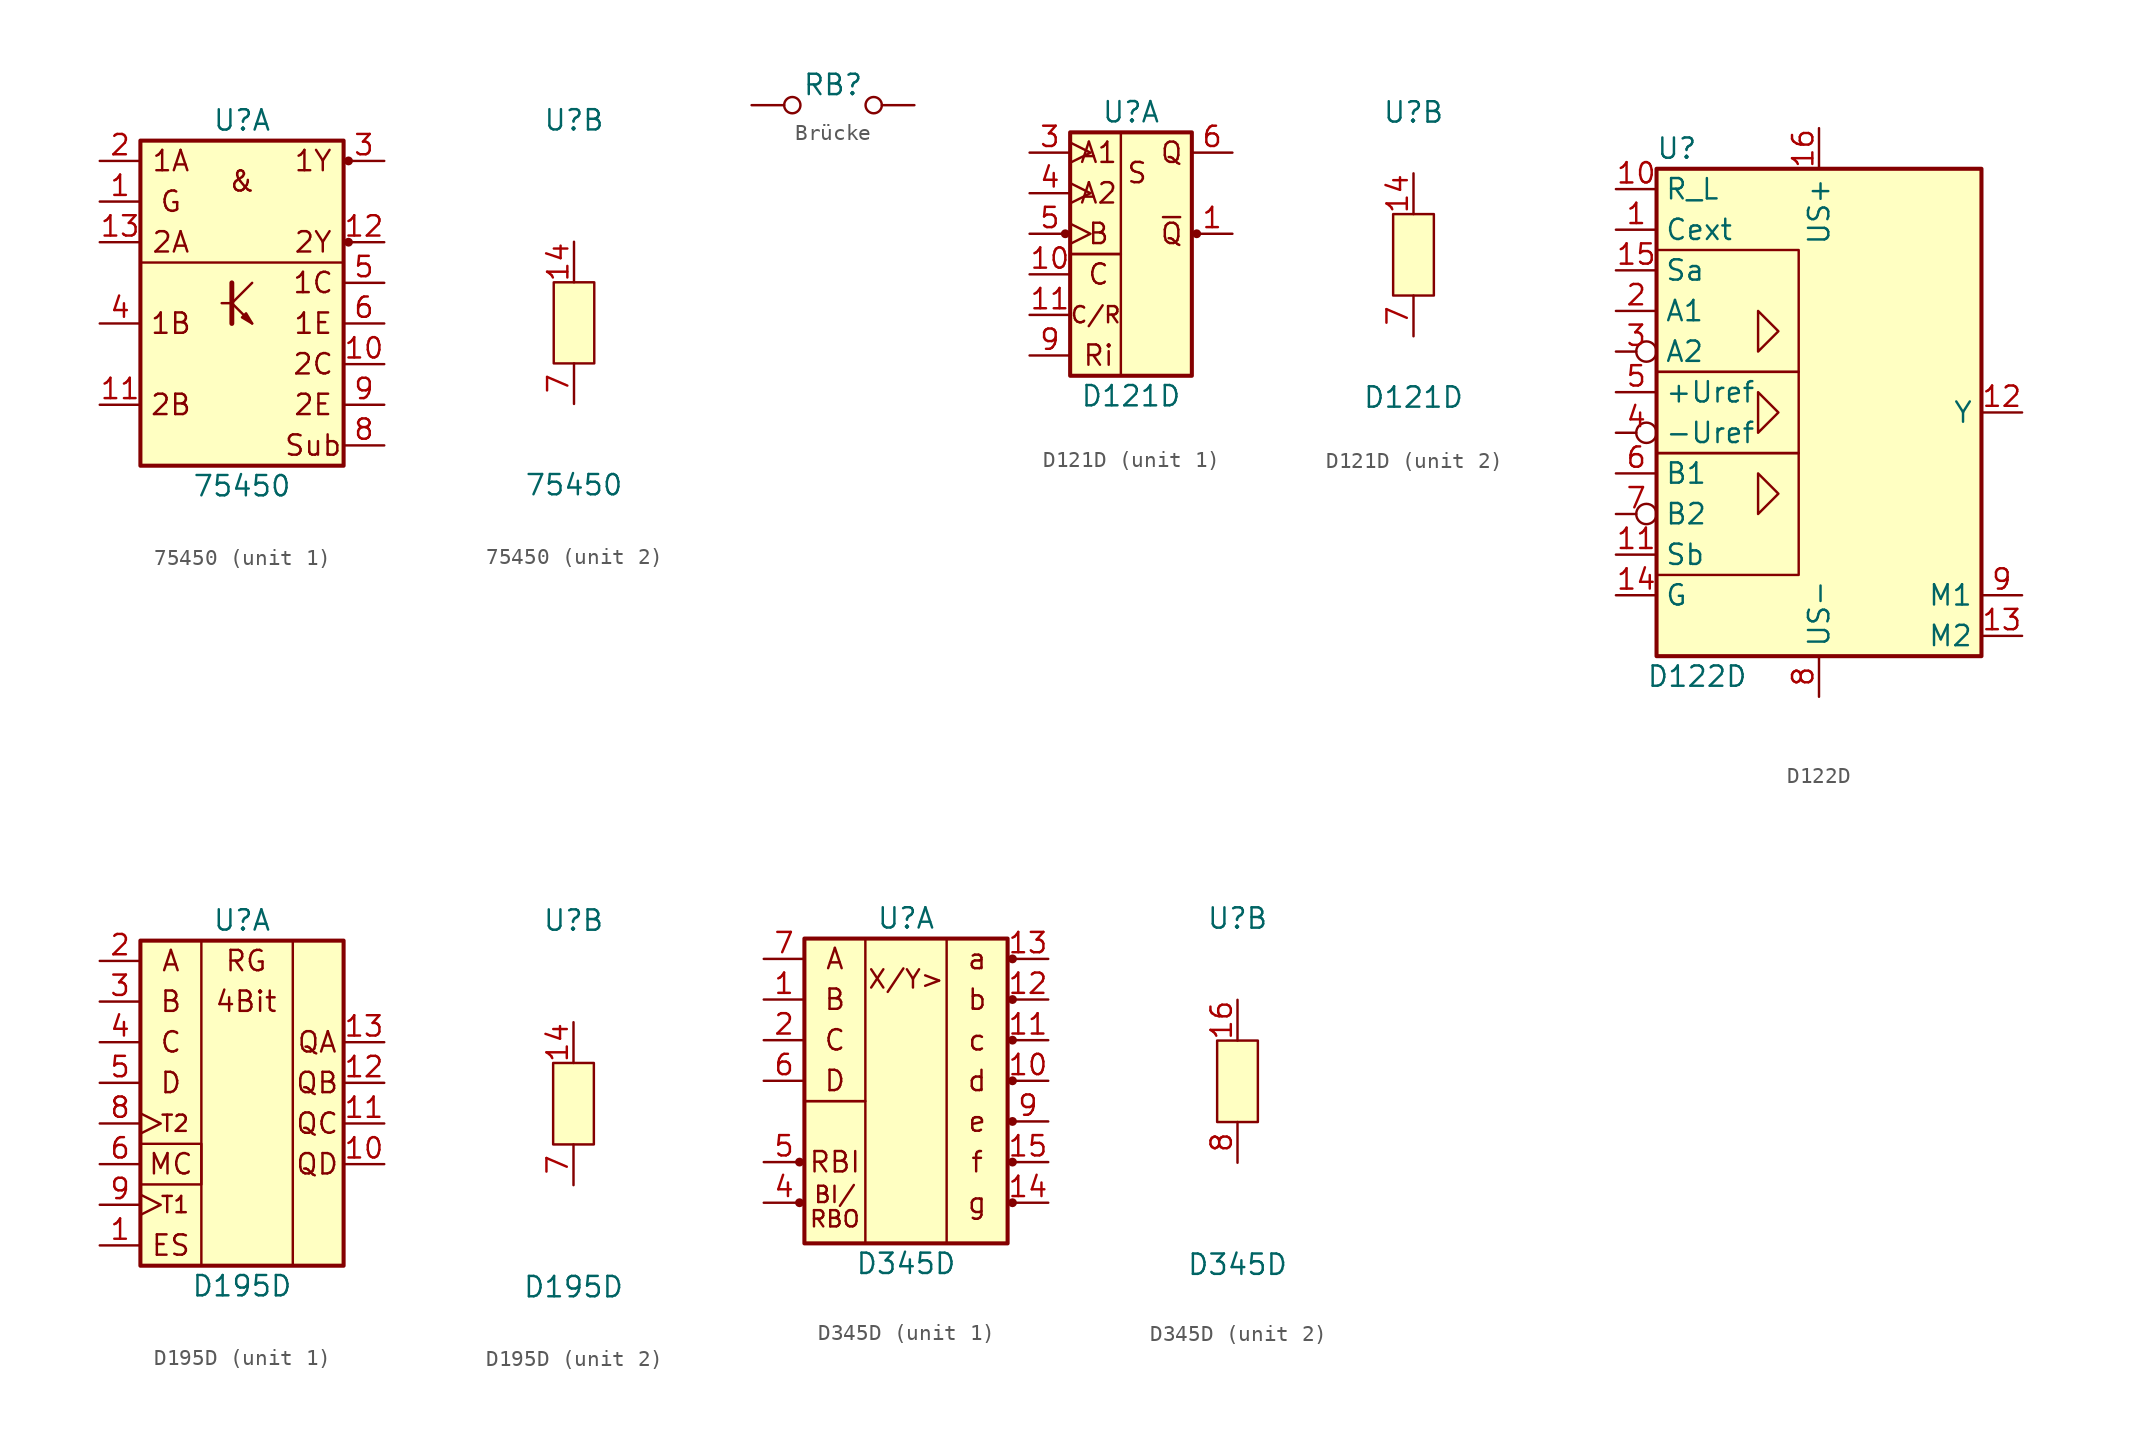
<source format=kicad_sym>
(kicad_symbol_lib
  (version 20211014)
  (generator kicad_symbol_editor)
  (symbol "75450"
    (pin_names
      (offset 1.016) hide)
    (property "Reference" "U"
      (at 0 12.7 0)
      (effects (font (size 1.27 1.27))))
    (property "Value" "75450"
      (at 0 -10.16 0)
      (effects (font (size 1.27 1.27))))
    (property "ki_locked" ""
      (at 0 0 0)
      (effects (font (size 1.27 1.27))))
    (symbol "75450_1_1"
      (rectangle (start -6.35 11.43) (end 6.35 -8.89) (stroke (width 0.254) (type default) (color 0 0 0 0)) (fill (type background)))
      (rectangle (start -6.35 11.43) (end 6.35 3.81) (stroke (width 0) (type default) (color 0 0 0 0)) (fill (type none)))
      (polyline (pts (xy -1.27 1.27) (xy -0.635 1.27)) (stroke (width 0) (type default) (color 0 0 0 0)) (fill (type none)))
      (polyline (pts (xy -0.635 1.27) (xy 0.635 2.54)) (stroke (width 0) (type default) (color 0 0 0 0)) (fill (type none)))
      (polyline (pts (xy -0.635 1.27) (xy 0.635 0) (xy 0.635 0)) (stroke (width 0) (type default) (color 0 0 0 0)) (fill (type none)))
      (polyline (pts (xy -0.635 2.54) (xy -0.635 0) (xy -0.635 0)) (stroke (width 0.305) (type default) (color 0 0 0 0)) (fill (type none)))
      (polyline (pts (xy 0 0.381) (xy 0.254 0.635) (xy 0.635 0) (xy 0 0.381) (xy 0 0.381)) (stroke (width 0) (type default) (color 0 0 0 0)) (fill (type outline)))
      (circle (center 6.655 5.08) (radius 0.203) (stroke (width 0) (type default) (color 0 0 0 0)) (fill (type outline)))
      (circle (center 6.655 10.16) (radius 0.203) (stroke (width 0) (type default) (color 0 0 0 0)) (fill (type outline)))
      (text "&" (at 0 8.89 0) (effects (font (size 1.27 1.27))))
      (text "1A" (at -4.445 10.16 0) (effects (font (size 1.27 1.27))))
      (text "1B" (at -4.445 0 0) (effects (font (size 1.27 1.27))))
      (text "1C" (at 4.445 2.54 0) (effects (font (size 1.27 1.27))))
      (text "1E" (at 4.445 0 0) (effects (font (size 1.27 1.27))))
      (text "1Y" (at 4.445 10.16 0) (effects (font (size 1.27 1.27))))
      (text "2A" (at -4.445 5.08 0) (effects (font (size 1.27 1.27))))
      (text "2B" (at -4.445 -5.08 0) (effects (font (size 1.27 1.27))))
      (text "2C" (at 4.445 -2.54 0) (effects (font (size 1.27 1.27))))
      (text "2E" (at 4.445 -5.08 0) (effects (font (size 1.27 1.27))))
      (text "2Y" (at 4.445 5.08 0) (effects (font (size 1.27 1.27))))
      (text "G" (at -4.445 7.62 0) (effects (font (size 1.27 1.27))))
      (text "Sub" (at 4.445 -7.62 0) (effects (font (size 1.27 1.27))))
      (pin input line (at -8.89 7.62 0) (length 2.54) (name "G" (effects (font (size 1.27 1.27)))) (number "1" (effects (font (size 1.27 1.27)))))
      (pin open_collector line (at 8.89 -2.54 180) (length 2.54) (name "2C" (effects (font (size 1.27 1.27)))) (number "10" (effects (font (size 1.27 1.27)))))
      (pin passive line (at -8.89 -5.08 0) (length 2.54) (name "2B" (effects (font (size 1.27 1.27)))) (number "11" (effects (font (size 1.27 1.27)))))
      (pin output line (at 8.89 5.08 180) (length 2.54) (name "2Y" (effects (font (size 1.27 1.27)))) (number "12" (effects (font (size 1.27 1.27)))))
      (pin input line (at -8.89 5.08 0) (length 2.54) (name "2A" (effects (font (size 1.27 1.27)))) (number "13" (effects (font (size 1.27 1.27)))))
      (pin input line (at -8.89 10.16 0) (length 2.54) (name "1A" (effects (font (size 1.27 1.27)))) (number "2" (effects (font (size 1.27 1.27)))))
      (pin output line (at 8.89 10.16 180) (length 2.54) (name "1Y" (effects (font (size 1.27 1.27)))) (number "3" (effects (font (size 1.27 1.27)))))
      (pin passive line (at -8.89 0 0) (length 2.54) (name "1B" (effects (font (size 1.27 1.27)))) (number "4" (effects (font (size 1.27 1.27)))))
      (pin open_collector line (at 8.89 2.54 180) (length 2.54) (name "1C" (effects (font (size 1.27 1.27)))) (number "5" (effects (font (size 1.27 1.27)))))
      (pin open_emitter line (at 8.89 0 180) (length 2.54) (name "1E" (effects (font (size 1.27 1.27)))) (number "6" (effects (font (size 1.27 1.27)))))
      (pin passive line (at 8.89 -7.62 180) (length 2.54) (name "Substrat" (effects (font (size 1.27 1.27)))) (number "8" (effects (font (size 1.27 1.27)))))
      (pin open_emitter line (at 8.89 -5.08 180) (length 2.54) (name "2E" (effects (font (size 1.27 1.27)))) (number "9" (effects (font (size 1.27 1.27))))))
    (symbol "75450_2_1"
      (rectangle (start -1.27 2.54) (end 1.27 -2.54) (stroke (width 0) (type default) (color 0 0 0 0)) (fill (type background)))
      (pin power_in line (at 0 5.08 270) (length 2.54) (name "Vcc" (effects (font (size 1.27 1.27)))) (number "14" (effects (font (size 1.27 1.27)))))
      (pin power_in line (at 0 -5.08 90) (length 2.54) (name "GND" (effects (font (size 1.27 1.27)))) (number "7" (effects (font (size 1.27 1.27)))))))
  (symbol "Brücke"
    (pin_numbers hide)
    (pin_names
      (offset 0.762) hide)
    (property "Reference" "RB"
      (at 0 1.27 0)
      (effects (font (size 1.27 1.27))))
    (symbol "Brücke_0_1"
      (circle (center -2.54 0) (radius 0.508) (stroke (width 0) (type default) (color 0 0 0 0)) (fill (type none)))
      (circle (center 2.54 0) (radius 0.508) (stroke (width 0) (type default) (color 0 0 0 0)) (fill (type none)))
      (pin passive line (at -5.08 0 0) (length 2.032) (name "1" (effects (font (size 1.27 1.27)))) (number "1" (effects (font (size 1.27 1.27)))))
      (pin passive line (at 5.08 0 180) (length 2.032) (name "2" (effects (font (size 1.27 1.27)))) (number "2" (effects (font (size 1.27 1.27)))))))
  (symbol "D121D"
    (pin_names
      (offset 1.016) hide)
    (property "Reference" "U"
      (at 0 8.89 0)
      (effects (font (size 1.27 1.27))))
    (property "Value" "D121D"
      (at 0 -8.89 0)
      (effects (font (size 1.27 1.27))))
    (property "ki_locked" ""
      (at 0 0 0)
      (effects (font (size 1.27 1.27))))
    (symbol "D121D_1_1"
      (circle (center -4.115 1.27) (radius 0.203) (stroke (width 0) (type default) (color 0 0 0 0)) (fill (type outline)))
      (rectangle (start -3.81 0) (end -0.635 -7.62) (stroke (width 0) (type default) (color 0 0 0 0)) (fill (type none)))
      (rectangle (start -3.81 7.62) (end -0.635 0) (stroke (width 0) (type default) (color 0 0 0 0)) (fill (type none)))
      (rectangle (start -3.81 7.62) (end 3.81 -7.62) (stroke (width 0.254) (type default) (color 0 0 0 0)) (fill (type background)))
      (circle (center 4.115 1.27) (radius 0.203) (stroke (width 0) (type default) (color 0 0 0 0)) (fill (type outline)))
      (text "A1" (at -2.032 6.35 0) (effects (font (size 1.27 1.27))))
      (text "A2" (at -2.032 3.81 0) (effects (font (size 1.27 1.27))))
      (text "B" (at -2.032 1.27 0) (effects (font (size 1.27 1.27))))
      (text "C" (at -2.032 -1.27 0) (effects (font (size 1.27 1.27))))
      (text "C/R" (at -2.21 -3.81 0) (effects (font (size 1.016 1.016))))
      (text "Q" (at 2.54 6.35 0) (effects (font (size 1.27 1.27))))
      (text "Ri" (at -2.032 -6.35 0) (effects (font (size 1.27 1.27))))
      (text "S" (at 0.381 5.08 0) (effects (font (size 1.27 1.27))))
      (text "~{Q}" (at 2.54 1.27 0) (effects (font (size 1.27 1.27))))
      (pin output line (at 6.35 1.27 180) (length 2.54) (name "~{Q}" (effects (font (size 1.27 1.27)))) (number "1" (effects (font (size 1.27 1.27)))))
      (pin passive line (at -6.35 -1.27 0) (length 2.54) (name "Cext" (effects (font (size 1.27 1.27)))) (number "10" (effects (font (size 1.27 1.27)))))
      (pin passive line (at -6.35 -3.81 0) (length 2.54) (name "CRext" (effects (font (size 1.27 1.27)))) (number "11" (effects (font (size 1.27 1.27)))))
      (pin input clock (at -6.35 6.35 0) (length 2.54) (name "A1" (effects (font (size 1.27 1.27)))) (number "3" (effects (font (size 1.27 1.27)))))
      (pin input clock (at -6.35 3.81 0) (length 2.54) (name "A2" (effects (font (size 1.27 1.27)))) (number "4" (effects (font (size 1.27 1.27)))))
      (pin input clock (at -6.35 1.27 0) (length 2.54) (name "B" (effects (font (size 1.27 1.27)))) (number "5" (effects (font (size 1.27 1.27)))))
      (pin output line (at 6.35 6.35 180) (length 2.54) (name "Q" (effects (font (size 1.27 1.27)))) (number "6" (effects (font (size 1.27 1.27)))))
      (pin passive line (at -6.35 -6.35 0) (length 2.54) (name "Ri" (effects (font (size 1.27 1.27)))) (number "9" (effects (font (size 1.27 1.27))))))
    (symbol "D121D_2_1"
      (rectangle (start -1.27 2.54) (end 1.27 -2.54) (stroke (width 0) (type default) (color 0 0 0 0)) (fill (type background)))
      (pin power_in line (at 0 5.08 270) (length 2.54) (name "Vcc" (effects (font (size 1.27 1.27)))) (number "14" (effects (font (size 1.27 1.27)))))
      (pin power_in line (at 0 -5.08 90) (length 2.54) (name "GND" (effects (font (size 1.27 1.27)))) (number "7" (effects (font (size 1.27 1.27)))))))
  (symbol "D122D"
    (property "Reference" "U"
      (at -8.89 16.51 0)
      (effects (font (size 1.27 1.27))))
    (property "Value" "D122D"
      (at -7.62 -16.51 0)
      (effects (font (size 1.27 1.27))))
    (symbol "D122D_0_1"
      (rectangle (start -10.16 -10.16) (end -1.27 -2.54) (stroke (width 0.152) (type default) (color 0 0 0 0)) (fill (type none)))
      (rectangle (start -10.16 -2.54) (end -1.27 2.54) (stroke (width 0.152) (type default) (color 0 0 0 0)) (fill (type none)))
      (rectangle (start -10.16 10.16) (end -1.27 2.54) (stroke (width 0.152) (type default) (color 0 0 0 0)) (fill (type none)))
      (rectangle (start -10.16 15.24) (end 10.16 -15.24) (stroke (width 0.254) (type default) (color 0 0 0 0)) (fill (type background)))
      (polyline (pts (xy -3.81 -3.81) (xy -2.54 -5.08) (xy -3.81 -6.35) (xy -3.81 -3.81)) (stroke (width 0) (type default) (color 0 0 0 0)) (fill (type none)))
      (polyline (pts (xy -3.81 1.27) (xy -2.54 0) (xy -3.81 -1.27) (xy -3.81 1.27)) (stroke (width 0) (type default) (color 0 0 0 0)) (fill (type none)))
      (polyline (pts (xy -3.81 6.35) (xy -2.54 5.08) (xy -3.81 3.81) (xy -3.81 6.35)) (stroke (width 0) (type default) (color 0 0 0 0)) (fill (type none))))
    (symbol "D122D_1_1"
      (pin passive line (at -12.7 11.43 0) (length 2.54) (name "Cext" (effects (font (size 1.27 1.27)))) (number "1" (effects (font (size 1.27 1.27)))))
      (pin passive line (at -12.7 13.97 0) (length 2.54) (name "R_L" (effects (font (size 1.27 1.27)))) (number "10" (effects (font (size 1.27 1.27)))))
      (pin input line (at -12.7 -8.89 0) (length 2.54) (name "Sb" (effects (font (size 1.27 1.27)))) (number "11" (effects (font (size 1.27 1.27)))))
      (pin output line (at 12.7 0 180) (length 2.54) (name "Y" (effects (font (size 1.27 1.27)))) (number "12" (effects (font (size 1.27 1.27)))))
      (pin power_in line (at 12.7 -13.97 180) (length 2.54) (name "M2" (effects (font (size 1.27 1.27)))) (number "13" (effects (font (size 1.27 1.27)))))
      (pin input line (at -12.7 -11.43 0) (length 2.54) (name "G" (effects (font (size 1.27 1.27)))) (number "14" (effects (font (size 1.27 1.27)))))
      (pin input line (at -12.7 8.89 0) (length 2.54) (name "Sa" (effects (font (size 1.27 1.27)))) (number "15" (effects (font (size 1.27 1.27)))))
      (pin power_in line (at 0 17.78 270) (length 2.54) (name "US+" (effects (font (size 1.27 1.27)))) (number "16" (effects (font (size 1.27 1.27)))))
      (pin input line (at -12.7 6.35 0) (length 2.54) (name "A1" (effects (font (size 1.27 1.27)))) (number "2" (effects (font (size 1.27 1.27)))))
      (pin input inverted (at -12.7 3.81 0) (length 2.54) (name "A2" (effects (font (size 1.27 1.27)))) (number "3" (effects (font (size 1.27 1.27)))))
      (pin input inverted (at -12.7 -1.27 0) (length 2.54) (name "-Uref" (effects (font (size 1.27 1.27)))) (number "4" (effects (font (size 1.27 1.27)))))
      (pin input line (at -12.7 1.27 0) (length 2.54) (name "+Uref" (effects (font (size 1.27 1.27)))) (number "5" (effects (font (size 1.27 1.27)))))
      (pin input line (at -12.7 -3.81 0) (length 2.54) (name "B1" (effects (font (size 1.27 1.27)))) (number "6" (effects (font (size 1.27 1.27)))))
      (pin input inverted (at -12.7 -6.35 0) (length 2.54) (name "B2" (effects (font (size 1.27 1.27)))) (number "7" (effects (font (size 1.27 1.27)))))
      (pin power_in line (at 0 -17.78 90) (length 2.54) (name "US-" (effects (font (size 1.27 1.27)))) (number "8" (effects (font (size 1.27 1.27)))))
      (pin power_in line (at 12.7 -11.43 180) (length 2.54) (name "M1" (effects (font (size 1.27 1.27)))) (number "9" (effects (font (size 1.27 1.27)))))))
  (symbol "D195D"
    (pin_names
      (offset 1.016) hide)
    (property "Reference" "U"
      (at 0 11.43 0)
      (effects (font (size 1.27 1.27))))
    (property "Value" "D195D"
      (at 0 -11.43 0)
      (effects (font (size 1.27 1.27))))
    (property "ki_locked" ""
      (at 0 0 0)
      (effects (font (size 1.27 1.27))))
    (symbol "D195D_1_1"
      (rectangle (start -6.35 -2.54) (end -2.54 -5.08) (stroke (width 0) (type default) (color 0 0 0 0)) (fill (type none)))
      (rectangle (start -6.35 10.16) (end 6.35 -10.16) (stroke (width 0.254) (type default) (color 0 0 0 0)) (fill (type background)))
      (rectangle (start 3.175 10.16) (end -2.54 -10.16) (stroke (width 0) (type default) (color 0 0 0 0)) (fill (type none)))
      (text "4Bit" (at 0.254 6.35 0) (effects (font (size 1.27 1.27))))
      (text "A" (at -4.445 8.89 0) (effects (font (size 1.27 1.27))))
      (text "B" (at -4.445 6.35 0) (effects (font (size 1.27 1.27))))
      (text "C" (at -4.445 3.81 0) (effects (font (size 1.27 1.27))))
      (text "D" (at -4.445 1.27 0) (effects (font (size 1.27 1.27))))
      (text "ES" (at -4.445 -8.89 0) (effects (font (size 1.27 1.27))))
      (text "MC" (at -4.445 -3.81 0) (effects (font (size 1.27 1.27))))
      (text "QA" (at 4.699 3.81 0) (effects (font (size 1.27 1.27))))
      (text "QB" (at 4.699 1.27 0) (effects (font (size 1.27 1.27))))
      (text "QC" (at 4.699 -1.27 0) (effects (font (size 1.27 1.27))))
      (text "QD" (at 4.699 -3.81 0) (effects (font (size 1.27 1.27))))
      (text "RG" (at 0.254 8.89 0) (effects (font (size 1.27 1.27))))
      (text "T1" (at -4.191 -6.35 0) (effects (font (size 1.016 1.016))))
      (text "T2" (at -4.191 -1.27 0) (effects (font (size 1.016 1.016))))
      (pin input line (at -8.89 -8.89 0) (length 2.54) (name "ES" (effects (font (size 1.27 1.27)))) (number "1" (effects (font (size 1.27 1.27)))))
      (pin tri_state line (at 8.89 -3.81 180) (length 2.54) (name "QD" (effects (font (size 1.27 1.27)))) (number "10" (effects (font (size 1.27 1.27)))))
      (pin tri_state line (at 8.89 -1.27 180) (length 2.54) (name "QC" (effects (font (size 1.27 1.27)))) (number "11" (effects (font (size 1.27 1.27)))))
      (pin tri_state line (at 8.89 1.27 180) (length 2.54) (name "QB" (effects (font (size 1.27 1.27)))) (number "12" (effects (font (size 1.27 1.27)))))
      (pin tri_state line (at 8.89 3.81 180) (length 2.54) (name "QA" (effects (font (size 1.27 1.27)))) (number "13" (effects (font (size 1.27 1.27)))))
      (pin input line (at -8.89 8.89 0) (length 2.54) (name "A" (effects (font (size 1.27 1.27)))) (number "2" (effects (font (size 1.27 1.27)))))
      (pin input line (at -8.89 6.35 0) (length 2.54) (name "B" (effects (font (size 1.27 1.27)))) (number "3" (effects (font (size 1.27 1.27)))))
      (pin input line (at -8.89 3.81 0) (length 2.54) (name "C" (effects (font (size 1.27 1.27)))) (number "4" (effects (font (size 1.27 1.27)))))
      (pin input line (at -8.89 1.27 0) (length 2.54) (name "D" (effects (font (size 1.27 1.27)))) (number "5" (effects (font (size 1.27 1.27)))))
      (pin input line (at -8.89 -3.81 0) (length 2.54) (name "MC" (effects (font (size 1.27 1.27)))) (number "6" (effects (font (size 1.27 1.27)))))
      (pin input clock (at -8.89 -1.27 0) (length 2.54) (name "T2" (effects (font (size 1.27 1.27)))) (number "8" (effects (font (size 1.27 1.27)))))
      (pin input clock (at -8.89 -6.35 0) (length 2.54) (name "T1" (effects (font (size 1.27 1.27)))) (number "9" (effects (font (size 1.27 1.27))))))
    (symbol "D195D_2_1"
      (rectangle (start -1.27 2.54) (end 1.27 -2.54) (stroke (width 0) (type default) (color 0 0 0 0)) (fill (type background)))
      (pin power_in line (at 0 5.08 270) (length 2.54) (name "Vcc" (effects (font (size 1.27 1.27)))) (number "14" (effects (font (size 1.27 1.27)))))
      (pin power_in line (at 0 -5.08 90) (length 2.54) (name "GND" (effects (font (size 1.27 1.27)))) (number "7" (effects (font (size 1.27 1.27)))))))
  (symbol "D345D"
    (pin_names
      (offset 1.016) hide)
    (property "Reference" "U"
      (at 0 10.16 0)
      (effects (font (size 1.27 1.27))))
    (property "Value" "D345D"
      (at 0 -11.43 0)
      (effects (font (size 1.27 1.27))))
    (property "ki_locked" ""
      (at 0 0 0)
      (effects (font (size 1.27 1.27))))
    (symbol "D345D_1_1"
      (circle (center -6.655 -7.62) (radius 0.203) (stroke (width 0) (type default) (color 0 0 0 0)) (fill (type outline)))
      (circle (center -6.655 -5.08) (radius 0.203) (stroke (width 0) (type default) (color 0 0 0 0)) (fill (type outline)))
      (rectangle (start -6.35 -1.27) (end -2.54 -10.16) (stroke (width 0) (type default) (color 0 0 0 0)) (fill (type none)))
      (rectangle (start -6.35 8.89) (end -2.54 -1.27) (stroke (width 0) (type default) (color 0 0 0 0)) (fill (type none)))
      (rectangle (start -6.35 8.89) (end 6.35 -10.16) (stroke (width 0.254) (type default) (color 0 0 0 0)) (fill (type background)))
      (rectangle (start 2.54 8.89) (end 6.35 -10.16) (stroke (width 0) (type default) (color 0 0 0 0)) (fill (type none)))
      (circle (center 6.655 -7.62) (radius 0.203) (stroke (width 0) (type default) (color 0 0 0 0)) (fill (type outline)))
      (circle (center 6.655 -5.08) (radius 0.203) (stroke (width 0) (type default) (color 0 0 0 0)) (fill (type outline)))
      (circle (center 6.655 -2.54) (radius 0.203) (stroke (width 0) (type default) (color 0 0 0 0)) (fill (type outline)))
      (circle (center 6.655 0) (radius 0.203) (stroke (width 0) (type default) (color 0 0 0 0)) (fill (type outline)))
      (circle (center 6.655 2.54) (radius 0.203) (stroke (width 0) (type default) (color 0 0 0 0)) (fill (type outline)))
      (circle (center 6.655 5.08) (radius 0.203) (stroke (width 0) (type default) (color 0 0 0 0)) (fill (type outline)))
      (circle (center 6.655 7.62) (radius 0.203) (stroke (width 0) (type default) (color 0 0 0 0)) (fill (type outline)))
      (text "A" (at -4.445 7.62 0) (effects (font (size 1.27 1.27))))
      (text "a" (at 4.445 7.62 0) (effects (font (size 1.27 1.27))))
      (text "B" (at -4.445 5.08 0) (effects (font (size 1.27 1.27))))
      (text "b" (at 4.445 5.08 0) (effects (font (size 1.27 1.27))))
      (text "BI/" (at -4.445 -7.112 0) (effects (font (size 1.016 1.016))))
      (text "C" (at -4.445 2.54 0) (effects (font (size 1.27 1.27))))
      (text "c" (at 4.445 2.54 0) (effects (font (size 1.27 1.27))))
      (text "D" (at -4.445 0 0) (effects (font (size 1.27 1.27))))
      (text "d" (at 4.445 0 0) (effects (font (size 1.27 1.27))))
      (text "e" (at 4.445 -2.54 0) (effects (font (size 1.27 1.27))))
      (text "f" (at 4.445 -5.08 0) (effects (font (size 1.27 1.27))))
      (text "g" (at 4.445 -7.62 0) (effects (font (size 1.27 1.27))))
      (text "RBI" (at -4.445 -5.08 0) (effects (font (size 1.27 1.27))))
      (text "RBO" (at -4.445 -8.636 0) (effects (font (size 1.016 1.016))))
      (text "X/Y>" (at 0 6.35 0) (effects (font (size 1.143 1.143))))
      (pin input line (at -8.89 5.08 0) (length 2.54) (name "B" (effects (font (size 1.27 1.27)))) (number "1" (effects (font (size 1.27 1.27)))))
      (pin output line (at 8.89 0 180) (length 2.54) (name "d" (effects (font (size 1.27 1.27)))) (number "10" (effects (font (size 1.27 1.27)))))
      (pin output line (at 8.89 2.54 180) (length 2.54) (name "c" (effects (font (size 1.27 1.27)))) (number "11" (effects (font (size 1.27 1.27)))))
      (pin output line (at 8.89 5.08 180) (length 2.54) (name "b" (effects (font (size 1.27 1.27)))) (number "12" (effects (font (size 1.27 1.27)))))
      (pin output line (at 8.89 7.62 180) (length 2.54) (name "a" (effects (font (size 1.27 1.27)))) (number "13" (effects (font (size 1.27 1.27)))))
      (pin output line (at 8.89 -7.62 180) (length 2.54) (name "g" (effects (font (size 1.27 1.27)))) (number "14" (effects (font (size 1.27 1.27)))))
      (pin output line (at 8.89 -5.08 180) (length 2.54) (name "f" (effects (font (size 1.27 1.27)))) (number "15" (effects (font (size 1.27 1.27)))))
      (pin input line (at -8.89 2.54 0) (length 2.54) (name "C" (effects (font (size 1.27 1.27)))) (number "2" (effects (font (size 1.27 1.27)))))
      (pin no_connect line (at -8.89 -2.54 0) (length 2.54) hide (name "RV" (effects (font (size 1.27 1.27)))) (number "3" (effects (font (size 1.27 1.27)))))
      (pin bidirectional line (at -8.89 -7.62 0) (length 2.54) (name "BI/RBO" (effects (font (size 1.27 1.27)))) (number "4" (effects (font (size 1.27 1.27)))))
      (pin input line (at -8.89 -5.08 0) (length 2.54) (name "RBI" (effects (font (size 1.27 1.27)))) (number "5" (effects (font (size 1.27 1.27)))))
      (pin input line (at -8.89 0 0) (length 2.54) (name "D" (effects (font (size 1.27 1.27)))) (number "6" (effects (font (size 1.27 1.27)))))
      (pin input line (at -8.89 7.62 0) (length 2.54) (name "A" (effects (font (size 1.27 1.27)))) (number "7" (effects (font (size 1.27 1.27)))))
      (pin output line (at 8.89 -2.54 180) (length 2.54) (name "e" (effects (font (size 1.27 1.27)))) (number "9" (effects (font (size 1.27 1.27))))))
    (symbol "D345D_2_1"
      (rectangle (start -1.27 2.54) (end 1.27 -2.54) (stroke (width 0) (type default) (color 0 0 0 0)) (fill (type background)))
      (pin power_in line (at 0 5.08 270) (length 2.54) (name "Vcc" (effects (font (size 1.27 1.27)))) (number "16" (effects (font (size 1.27 1.27)))))
      (pin power_in line (at 0 -5.08 90) (length 2.54) (name "GND" (effects (font (size 1.27 1.27)))) (number "8" (effects (font (size 1.27 1.27))))))))
</source>
